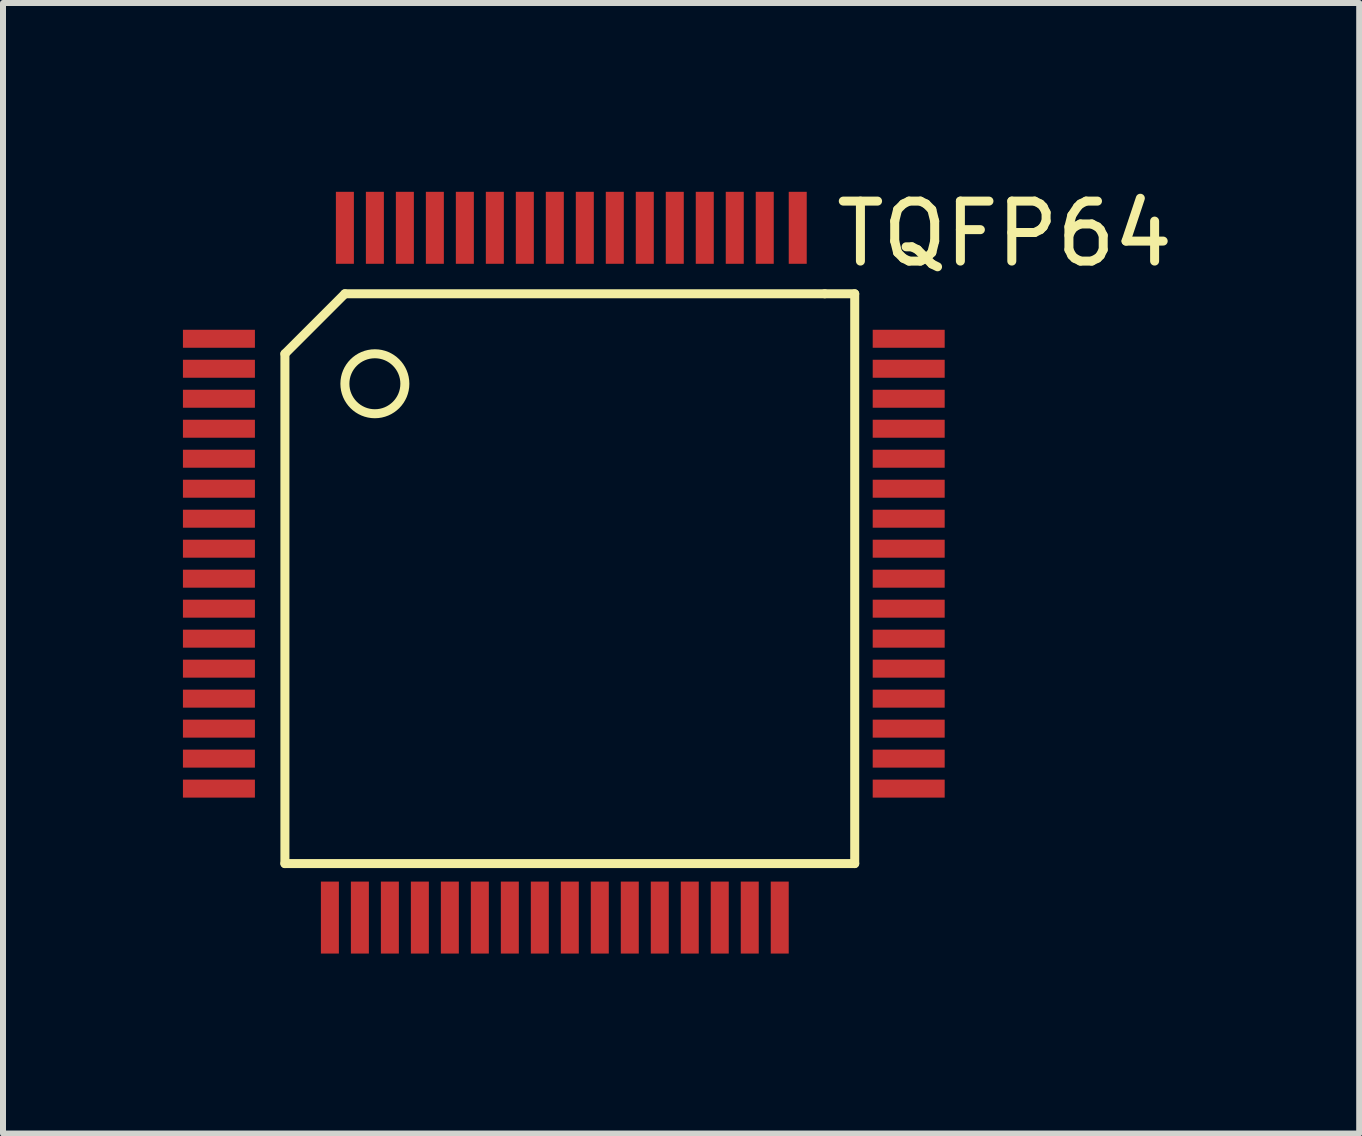
<source format=kicad_pcb>
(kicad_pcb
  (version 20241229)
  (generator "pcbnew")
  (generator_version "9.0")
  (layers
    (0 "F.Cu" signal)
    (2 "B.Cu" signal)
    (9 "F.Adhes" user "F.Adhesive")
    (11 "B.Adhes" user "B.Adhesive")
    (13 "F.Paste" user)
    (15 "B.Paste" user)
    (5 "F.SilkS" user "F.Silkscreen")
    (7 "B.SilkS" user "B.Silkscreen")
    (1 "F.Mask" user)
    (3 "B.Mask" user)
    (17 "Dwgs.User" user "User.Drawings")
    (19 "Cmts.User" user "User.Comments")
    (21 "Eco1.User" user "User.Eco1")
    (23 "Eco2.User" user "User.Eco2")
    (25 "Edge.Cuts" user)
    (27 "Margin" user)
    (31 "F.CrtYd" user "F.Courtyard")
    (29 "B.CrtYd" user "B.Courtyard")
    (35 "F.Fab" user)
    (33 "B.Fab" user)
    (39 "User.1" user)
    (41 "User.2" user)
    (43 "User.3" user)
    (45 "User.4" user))
  (footprint "TQFP64"
    (layer "F.Cu")
    (at 1.2 1.348)
    (property "Reference" "TQFP64" (at 12.5 -0.5 0) (layer "F.SilkS") (effects (font (size 1 1) (thickness 0.15))))
    (attr through_hole)
    (fp_line (start 0.5 1.5) (end 1.5 0.5) (stroke (width 0.15) (type solid)) (layer "F.SilkS"))
    (fp_line (start 0.5 10) (end 0.5 1.5) (stroke (width 0.15) (type solid)) (layer "F.SilkS"))
    (fp_line (start 1.5 0.5) (end 9.5 0.5) (stroke (width 0.15) (type solid)) (layer "F.SilkS"))
    (fp_line (start 9.5 0.5) (end 10 0.5) (stroke (width 0.15) (type solid)) (layer "F.SilkS"))
    (fp_line (start 10 0.5) (end 10 10) (stroke (width 0.15) (type solid)) (layer "F.SilkS"))
    (fp_line (start 10 10) (end 0.5 10) (stroke (width 0.15) (type solid)) (layer "F.SilkS"))
    (fp_circle (center 2 2) (end 2 1.5) (stroke (width 0.15) (type solid)) (fill no) (layer "F.SilkS"))
    (pad "1" smd rect (at -0.6 1.25) (size 1.2 0.3) (layers "F.Cu" "F.Mask" "F.Paste"))
    (pad "2" smd rect (at -0.6 1.75) (size 1.2 0.3) (layers "F.Cu" "F.Mask" "F.Paste"))
    (pad "3" smd rect (at -0.6 2.25) (size 1.2 0.3) (layers "F.Cu" "F.Mask" "F.Paste"))
    (pad "4" smd rect (at -0.6 2.75) (size 1.2 0.3) (layers "F.Cu" "F.Mask" "F.Paste"))
    (pad "5" smd rect (at -0.6 3.25) (size 1.2 0.3) (layers "F.Cu" "F.Mask" "F.Paste"))
    (pad "6" smd rect (at -0.6 3.75) (size 1.2 0.3) (layers "F.Cu" "F.Mask" "F.Paste"))
    (pad "7" smd rect (at -0.6 4.25) (size 1.2 0.3) (layers "F.Cu" "F.Mask" "F.Paste"))
    (pad "8" smd rect (at -0.6 4.75) (size 1.2 0.3) (layers "F.Cu" "F.Mask" "F.Paste"))
    (pad "9" smd rect (at -0.6 5.25) (size 1.2 0.3) (layers "F.Cu" "F.Mask" "F.Paste"))
    (pad "10" smd rect (at -0.6 5.75) (size 1.2 0.3) (layers "F.Cu" "F.Mask" "F.Paste"))
    (pad "11" smd rect (at -0.6 6.25) (size 1.2 0.3) (layers "F.Cu" "F.Mask" "F.Paste"))
    (pad "12" smd rect (at -0.6 6.75) (size 1.2 0.3) (layers "F.Cu" "F.Mask" "F.Paste"))
    (pad "13" smd rect (at -0.6 7.25) (size 1.2 0.3) (layers "F.Cu" "F.Mask" "F.Paste"))
    (pad "14" smd rect (at -0.6 7.75) (size 1.2 0.3) (layers "F.Cu" "F.Mask" "F.Paste"))
    (pad "15" smd rect (at -0.6 8.25) (size 1.2 0.3) (layers "F.Cu" "F.Mask" "F.Paste"))
    (pad "16" smd rect (at -0.6 8.75) (size 1.2 0.3) (layers "F.Cu" "F.Mask" "F.Paste"))
    (pad "17" smd rect (at 1.25 10.9 90) (size 1.2 0.3) (layers "F.Cu" "F.Mask" "F.Paste"))
    (pad "18" smd rect (at 1.75 10.9 90) (size 1.2 0.3) (layers "F.Cu" "F.Mask" "F.Paste"))
    (pad "19" smd rect (at 2.25 10.9 90) (size 1.2 0.3) (layers "F.Cu" "F.Mask" "F.Paste"))
    (pad "20" smd rect (at 2.75 10.9 90) (size 1.2 0.3) (layers "F.Cu" "F.Mask" "F.Paste"))
    (pad "21" smd rect (at 3.25 10.9 90) (size 1.2 0.3) (layers "F.Cu" "F.Mask" "F.Paste"))
    (pad "22" smd rect (at 3.75 10.9 90) (size 1.2 0.3) (layers "F.Cu" "F.Mask" "F.Paste"))
    (pad "23" smd rect (at 4.25 10.9 90) (size 1.2 0.3) (layers "F.Cu" "F.Mask" "F.Paste"))
    (pad "24" smd rect (at 4.75 10.9 90) (size 1.2 0.3) (layers "F.Cu" "F.Mask" "F.Paste"))
    (pad "25" smd rect (at 5.25 10.9 90) (size 1.2 0.3) (layers "F.Cu" "F.Mask" "F.Paste"))
    (pad "26" smd rect (at 5.75 10.9 90) (size 1.2 0.3) (layers "F.Cu" "F.Mask" "F.Paste"))
    (pad "27" smd rect (at 6.25 10.9 90) (size 1.2 0.3) (layers "F.Cu" "F.Mask" "F.Paste"))
    (pad "28" smd rect (at 6.75 10.9 90) (size 1.2 0.3) (layers "F.Cu" "F.Mask" "F.Paste"))
    (pad "29" smd rect (at 7.25 10.9 90) (size 1.2 0.3) (layers "F.Cu" "F.Mask" "F.Paste"))
    (pad "30" smd rect (at 7.75 10.9 90) (size 1.2 0.3) (layers "F.Cu" "F.Mask" "F.Paste"))
    (pad "31" smd rect (at 8.25 10.9 90) (size 1.2 0.3) (layers "F.Cu" "F.Mask" "F.Paste"))
    (pad "32" smd rect (at 8.75 10.9 90) (size 1.2 0.3) (layers "F.Cu" "F.Mask" "F.Paste"))
    (pad "33" smd rect (at 10.9 8.75) (size 1.2 0.3) (layers "F.Cu" "F.Mask" "F.Paste"))
    (pad "34" smd rect (at 10.9 8.25) (size 1.2 0.3) (layers "F.Cu" "F.Mask" "F.Paste"))
    (pad "35" smd rect (at 10.9 7.75) (size 1.2 0.3) (layers "F.Cu" "F.Mask" "F.Paste"))
    (pad "36" smd rect (at 10.9 7.25) (size 1.2 0.3) (layers "F.Cu" "F.Mask" "F.Paste"))
    (pad "37" smd rect (at 10.9 6.75) (size 1.2 0.3) (layers "F.Cu" "F.Mask" "F.Paste"))
    (pad "38" smd rect (at 10.9 6.25) (size 1.2 0.3) (layers "F.Cu" "F.Mask" "F.Paste"))
    (pad "39" smd rect (at 10.9 5.75) (size 1.2 0.3) (layers "F.Cu" "F.Mask" "F.Paste"))
    (pad "40" smd rect (at 10.9 5.25) (size 1.2 0.3) (layers "F.Cu" "F.Mask" "F.Paste"))
    (pad "41" smd rect (at 10.9 4.75) (size 1.2 0.3) (layers "F.Cu" "F.Mask" "F.Paste"))
    (pad "42" smd rect (at 10.9 4.25) (size 1.2 0.3) (layers "F.Cu" "F.Mask" "F.Paste"))
    (pad "43" smd rect (at 10.9 3.75) (size 1.2 0.3) (layers "F.Cu" "F.Mask" "F.Paste"))
    (pad "44" smd rect (at 10.9 3.25) (size 1.2 0.3) (layers "F.Cu" "F.Mask" "F.Paste"))
    (pad "45" smd rect (at 10.9 2.75) (size 1.2 0.3) (layers "F.Cu" "F.Mask" "F.Paste"))
    (pad "46" smd rect (at 10.9 2.25) (size 1.2 0.3) (layers "F.Cu" "F.Mask" "F.Paste"))
    (pad "47" smd rect (at 10.9 1.75) (size 1.2 0.3) (layers "F.Cu" "F.Mask" "F.Paste"))
    (pad "48" smd rect (at 10.9 1.25) (size 1.2 0.3) (layers "F.Cu" "F.Mask" "F.Paste"))
    (pad "49" smd rect (at 9.05 -0.6 90) (size 1.2 0.3) (layers "F.Cu" "F.Mask" "F.Paste"))
    (pad "50" smd rect (at 8.5 -0.6 90) (size 1.2 0.3) (layers "F.Cu" "F.Mask" "F.Paste"))
    (pad "51" smd rect (at 8 -0.6 90) (size 1.2 0.3) (layers "F.Cu" "F.Mask" "F.Paste"))
    (pad "52" smd rect (at 7.5 -0.6 90) (size 1.2 0.3) (layers "F.Cu" "F.Mask" "F.Paste"))
    (pad "53" smd rect (at 7 -0.6 90) (size 1.2 0.3) (layers "F.Cu" "F.Mask" "F.Paste"))
    (pad "54" smd rect (at 6.5 -0.6 90) (size 1.2 0.3) (layers "F.Cu" "F.Mask" "F.Paste"))
    (pad "55" smd rect (at 6 -0.6 90) (size 1.2 0.3) (layers "F.Cu" "F.Mask" "F.Paste"))
    (pad "56" smd rect (at 5.5 -0.6 90) (size 1.2 0.3) (layers "F.Cu" "F.Mask" "F.Paste"))
    (pad "57" smd rect (at 5 -0.6 90) (size 1.2 0.3) (layers "F.Cu" "F.Mask" "F.Paste"))
    (pad "58" smd rect (at 4.5 -0.6 90) (size 1.2 0.3) (layers "F.Cu" "F.Mask" "F.Paste"))
    (pad "59" smd rect (at 4 -0.6 90) (size 1.2 0.3) (layers "F.Cu" "F.Mask" "F.Paste"))
    (pad "60" smd rect (at 3.5 -0.6 90) (size 1.2 0.3) (layers "F.Cu" "F.Mask" "F.Paste"))
    (pad "61" smd rect (at 3 -0.6 90) (size 1.2 0.3) (layers "F.Cu" "F.Mask" "F.Paste"))
    (pad "62" smd rect (at 2.5 -0.6 90) (size 1.2 0.3) (layers "F.Cu" "F.Mask" "F.Paste"))
    (pad "63" smd rect (at 2 -0.6 90) (size 1.2 0.3) (layers "F.Cu" "F.Mask" "F.Paste"))
    (pad "64" smd rect (at 1.5 -0.6 90) (size 1.2 0.3) (layers "F.Cu" "F.Mask" "F.Paste")))
  (gr_rect
    (start -3 -3)
    (end 19.611 15.848)
    (stroke (width 0.1) (type default))
    (fill no)
    (layer "Edge.Cuts")))
</source>
